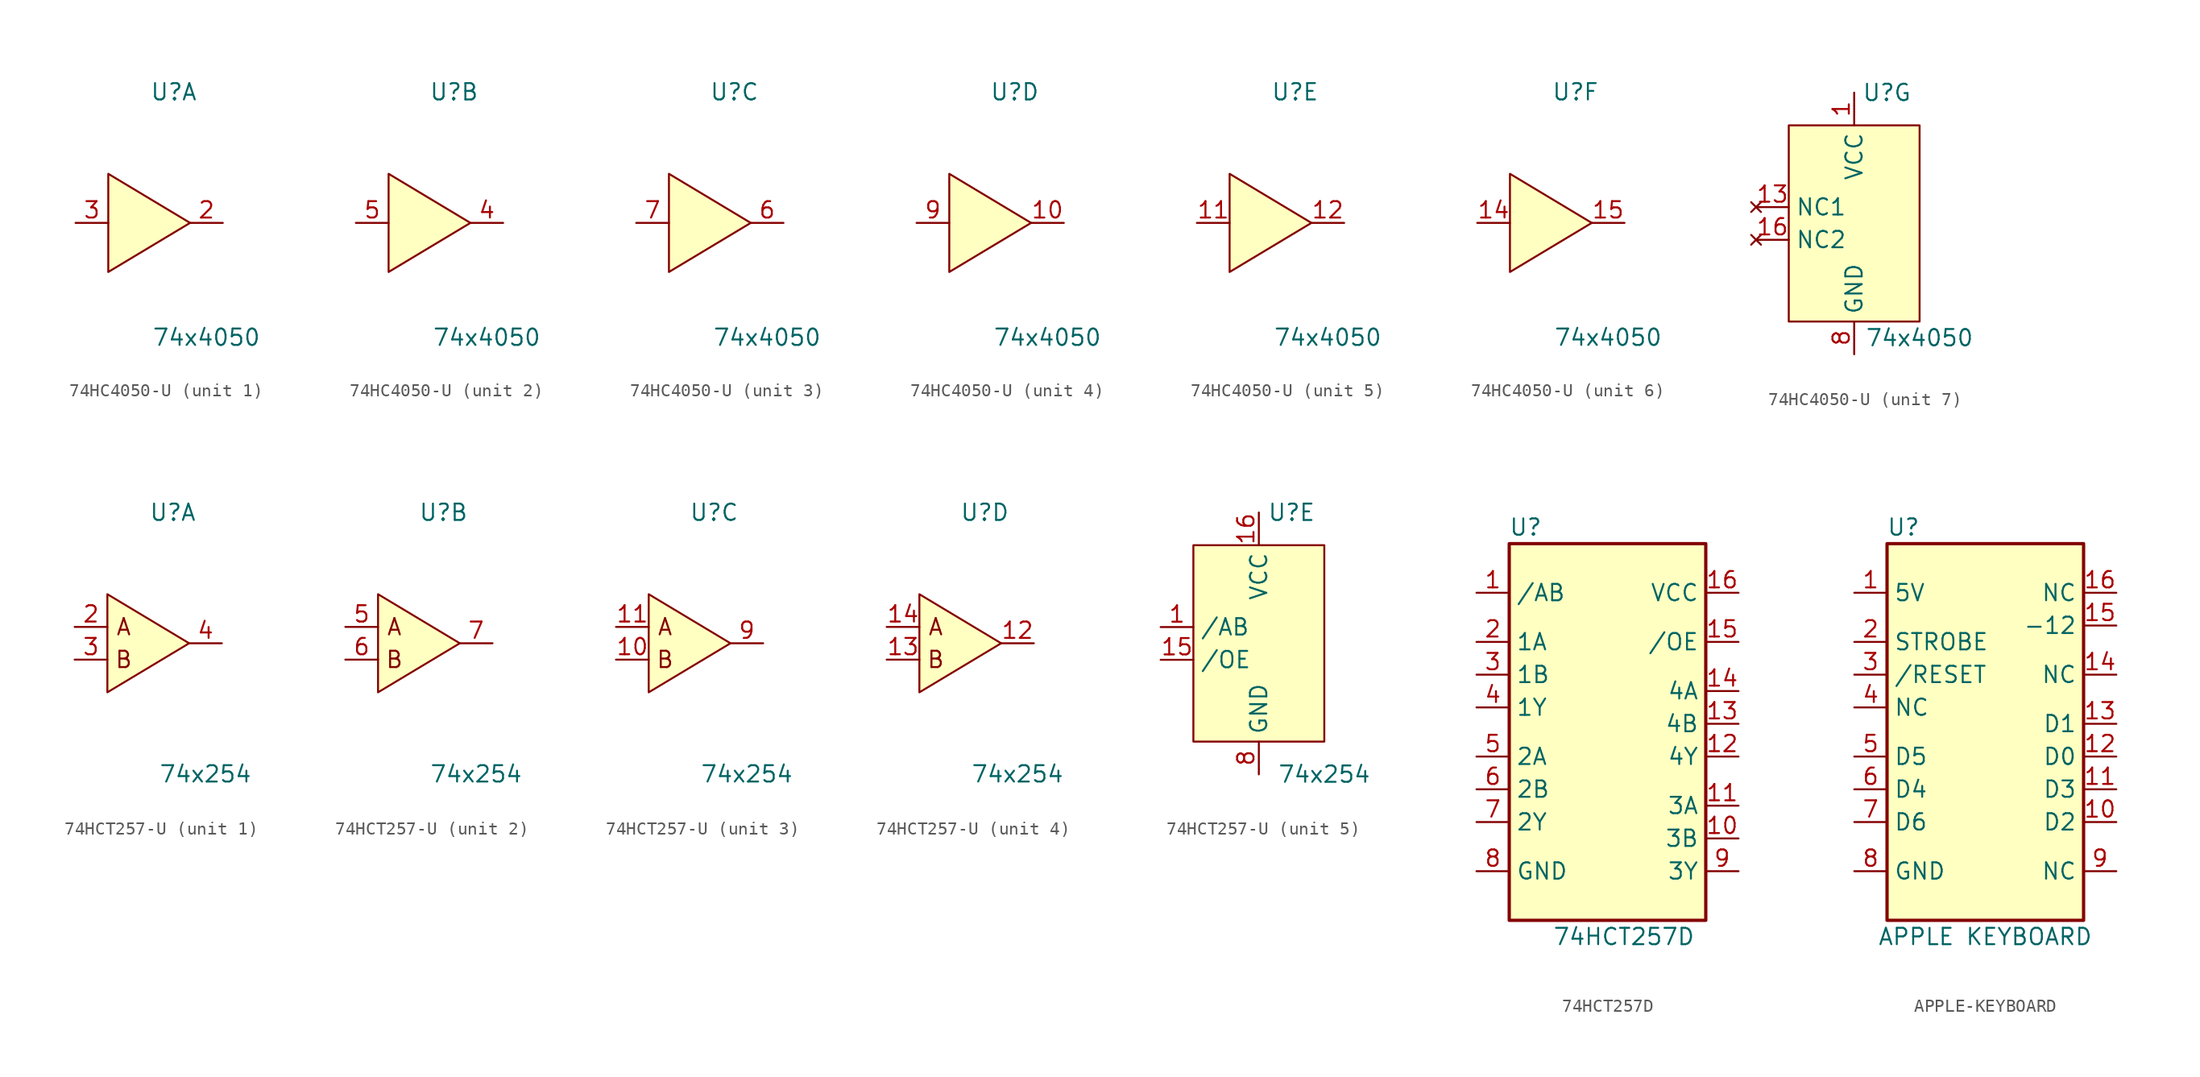
<source format=kicad_sym>
(kicad_symbol_lib
  (version 20220914)
  (generator kicad_symbol_editor)
  (symbol "74HC4050-U"
    (property "Reference" "U"
      (at 2.54 10.16 0)
      (effects (font (size 1.27 1.27))))
    (property "Value" "74x4050"
      (at 5.08 -8.89 0)
      (effects (font (size 1.27 1.27))))
    (property "ki_locked" ""
      (at 0 0 0)
      (effects (font (size 1.27 1.27))))
    (symbol "74HC4050-U_1_0"
      (pin output line (at 6.35 0 180) (length 2.54) (name "~" (effects (font (size 1.27 1.27)))) (number "2" (effects (font (size 1.27 1.27)))))
      (pin input line (at -5.08 0 0) (length 2.54) (name "~" (effects (font (size 1.27 1.27)))) (number "3" (effects (font (size 1.27 1.27))))))
    (symbol "74HC4050-U_1_1"
      (polyline (pts (xy -2.54 3.81) (xy -2.54 -3.81) (xy 3.81 0) (xy -2.54 3.81)) (stroke (width 0) (type default)) (fill (type background))))
    (symbol "74HC4050-U_2_0"
      (pin output line (at 6.35 0 180) (length 2.54) (name "~" (effects (font (size 1.27 1.27)))) (number "4" (effects (font (size 1.27 1.27)))))
      (pin input line (at -5.08 0 0) (length 2.54) (name "~" (effects (font (size 1.27 1.27)))) (number "5" (effects (font (size 1.27 1.27))))))
    (symbol "74HC4050-U_2_1"
      (polyline (pts (xy -2.54 3.81) (xy -2.54 -3.81) (xy 3.81 0) (xy -2.54 3.81)) (stroke (width 0) (type default)) (fill (type background))))
    (symbol "74HC4050-U_3_0"
      (pin output line (at 6.35 0 180) (length 2.54) (name "~" (effects (font (size 1.27 1.27)))) (number "6" (effects (font (size 1.27 1.27)))))
      (pin input line (at -5.08 0 0) (length 2.54) (name "~" (effects (font (size 1.27 1.27)))) (number "7" (effects (font (size 1.27 1.27))))))
    (symbol "74HC4050-U_3_1"
      (polyline (pts (xy -2.54 3.81) (xy -2.54 -3.81) (xy 3.81 0) (xy -2.54 3.81)) (stroke (width 0) (type default)) (fill (type background))))
    (symbol "74HC4050-U_4_0"
      (pin output line (at 6.35 0 180) (length 2.54) (name "~" (effects (font (size 1.27 1.27)))) (number "10" (effects (font (size 1.27 1.27)))))
      (pin input line (at -5.08 0 0) (length 2.54) (name "~" (effects (font (size 1.27 1.27)))) (number "9" (effects (font (size 1.27 1.27))))))
    (symbol "74HC4050-U_4_1"
      (polyline (pts (xy -2.54 3.81) (xy -2.54 -3.81) (xy 3.81 0) (xy -2.54 3.81)) (stroke (width 0) (type default)) (fill (type background))))
    (symbol "74HC4050-U_5_0"
      (pin input line (at -5.08 0 0) (length 2.54) (name "~" (effects (font (size 1.27 1.27)))) (number "11" (effects (font (size 1.27 1.27)))))
      (pin output line (at 6.35 0 180) (length 2.54) (name "~" (effects (font (size 1.27 1.27)))) (number "12" (effects (font (size 1.27 1.27))))))
    (symbol "74HC4050-U_5_1"
      (polyline (pts (xy -2.54 3.81) (xy -2.54 -3.81) (xy 3.81 0) (xy -2.54 3.81)) (stroke (width 0) (type default)) (fill (type background))))
    (symbol "74HC4050-U_6_0"
      (pin input line (at -5.08 0 0) (length 2.54) (name "~" (effects (font (size 1.27 1.27)))) (number "14" (effects (font (size 1.27 1.27)))))
      (pin output line (at 6.35 0 180) (length 2.54) (name "~" (effects (font (size 1.27 1.27)))) (number "15" (effects (font (size 1.27 1.27))))))
    (symbol "74HC4050-U_6_1"
      (polyline (pts (xy -2.54 3.81) (xy -2.54 -3.81) (xy 3.81 0) (xy -2.54 3.81)) (stroke (width 0) (type default)) (fill (type background))))
    (symbol "74HC4050-U_7_0"
      (pin power_in line (at 0 10.16 270) (length 2.54) (name "VCC" (effects (font (size 1.27 1.27)))) (number "1" (effects (font (size 1.27 1.27)))))
      (pin no_connect line (at -7.62 1.27 0) (length 2.54) (name "NC1" (effects (font (size 1.27 1.27)))) (number "13" (effects (font (size 1.27 1.27)))))
      (pin no_connect line (at -7.62 -1.27 0) (length 2.54) (name "NC2" (effects (font (size 1.27 1.27)))) (number "16" (effects (font (size 1.27 1.27)))))
      (pin power_in line (at 0 -10.16 90) (length 2.54) (name "GND" (effects (font (size 1.27 1.27)))) (number "8" (effects (font (size 1.27 1.27))))))
    (symbol "74HC4050-U_7_1"
      (rectangle (start -5.08 7.62) (end 5.08 -7.62) (stroke (width 0) (type default)) (fill (type background)))))
  (symbol "74HCT257-U"
    (property "Reference" "U"
      (at 2.54 10.16 0)
      (effects (font (size 1.27 1.27))))
    (property "Value" "74x254"
      (at 5.08 -10.16 0)
      (effects (font (size 1.27 1.27))))
    (property "ki_locked" ""
      (at 0 0 0)
      (effects (font (size 1.27 1.27))))
    (symbol "74HCT257-U_1_0"
      (pin input line (at -5.08 1.27 0) (length 2.54) (name "~" (effects (font (size 1.27 1.27)))) (number "2" (effects (font (size 1.27 1.27)))))
      (pin input line (at -5.08 -1.27 0) (length 2.54) (name "~" (effects (font (size 1.27 1.27)))) (number "3" (effects (font (size 1.27 1.27)))))
      (pin output line (at 6.35 0 180) (length 2.54) (name "~" (effects (font (size 1.27 1.27)))) (number "4" (effects (font (size 1.27 1.27))))))
    (symbol "74HCT257-U_1_1"
      (polyline (pts (xy -2.54 3.81) (xy -2.54 -3.81) (xy 3.81 0) (xy -2.54 3.81)) (stroke (width 0) (type default)) (fill (type background)))
      (text "A" (at -1.27 1.27 0) (effects (font (size 1.27 1.27))))
      (text "B" (at -1.27 -1.27 0) (effects (font (size 1.27 1.27)))))
    (symbol "74HCT257-U_2_0"
      (pin input line (at -5.08 1.27 0) (length 2.54) (name "~" (effects (font (size 1.27 1.27)))) (number "5" (effects (font (size 1.27 1.27)))))
      (pin input line (at -5.08 -1.27 0) (length 2.54) (name "~" (effects (font (size 1.27 1.27)))) (number "6" (effects (font (size 1.27 1.27)))))
      (pin output line (at 6.35 0 180) (length 2.54) (name "~" (effects (font (size 1.27 1.27)))) (number "7" (effects (font (size 1.27 1.27))))))
    (symbol "74HCT257-U_2_1"
      (polyline (pts (xy -2.54 3.81) (xy -2.54 -3.81) (xy 3.81 0) (xy -2.54 3.81)) (stroke (width 0) (type default)) (fill (type background)))
      (text "A" (at -1.27 1.27 0) (effects (font (size 1.27 1.27))))
      (text "B" (at -1.27 -1.27 0) (effects (font (size 1.27 1.27)))))
    (symbol "74HCT257-U_3_0"
      (pin input line (at -5.08 -1.27 0) (length 2.54) (name "~" (effects (font (size 1.27 1.27)))) (number "10" (effects (font (size 1.27 1.27)))))
      (pin input line (at -5.08 1.27 0) (length 2.54) (name "~" (effects (font (size 1.27 1.27)))) (number "11" (effects (font (size 1.27 1.27)))))
      (pin output line (at 6.35 0 180) (length 2.54) (name "~" (effects (font (size 1.27 1.27)))) (number "9" (effects (font (size 1.27 1.27))))))
    (symbol "74HCT257-U_3_1"
      (polyline (pts (xy -2.54 3.81) (xy -2.54 -3.81) (xy 3.81 0) (xy -2.54 3.81)) (stroke (width 0) (type default)) (fill (type background)))
      (text "A" (at -1.27 1.27 0) (effects (font (size 1.27 1.27))))
      (text "B" (at -1.27 -1.27 0) (effects (font (size 1.27 1.27)))))
    (symbol "74HCT257-U_4_0"
      (pin output line (at 6.35 0 180) (length 2.54) (name "~" (effects (font (size 1.27 1.27)))) (number "12" (effects (font (size 1.27 1.27)))))
      (pin input line (at -5.08 -1.27 0) (length 2.54) (name "~" (effects (font (size 1.27 1.27)))) (number "13" (effects (font (size 1.27 1.27)))))
      (pin input line (at -5.08 1.27 0) (length 2.54) (name "~" (effects (font (size 1.27 1.27)))) (number "14" (effects (font (size 1.27 1.27))))))
    (symbol "74HCT257-U_4_1"
      (polyline (pts (xy -2.54 3.81) (xy -2.54 -3.81) (xy 3.81 0) (xy -2.54 3.81)) (stroke (width 0) (type default)) (fill (type background)))
      (text "A" (at -1.27 1.27 0) (effects (font (size 1.27 1.27))))
      (text "B" (at -1.27 -1.27 0) (effects (font (size 1.27 1.27)))))
    (symbol "74HCT257-U_5_0"
      (pin unspecified line (at -7.62 1.27 0) (length 2.54) (name "/AB" (effects (font (size 1.27 1.27)))) (number "1" (effects (font (size 1.27 1.27)))))
      (pin input line (at -7.62 -1.27 0) (length 2.54) (name "/OE" (effects (font (size 1.27 1.27)))) (number "15" (effects (font (size 1.27 1.27)))))
      (pin power_out line (at 0 10.16 270) (length 2.54) (name "VCC" (effects (font (size 1.27 1.27)))) (number "16" (effects (font (size 1.27 1.27)))))
      (pin power_in line (at 0 -10.16 90) (length 2.54) (name "GND" (effects (font (size 1.27 1.27)))) (number "8" (effects (font (size 1.27 1.27))))))
    (symbol "74HCT257-U_5_1"
      (rectangle (start -5.08 7.62) (end 5.08 -7.62) (stroke (width 0) (type default)) (fill (type background)))))
  (symbol "74HCT257D"
    (property "Reference" "U"
      (at -6.35 15.24 0)
      (effects (font (size 1.27 1.27))))
    (property "Value" "74HCT257D"
      (at 1.27 -16.51 0)
      (effects (font (size 1.27 1.27))))
    (symbol "74HCT257D_0_0"
      (rectangle (start -7.62 13.97) (end 7.62 -15.24) (stroke (width 0.254) (type default)) (fill (type background))))
    (symbol "74HCT257D_1_1"
      (pin input line (at -10.16 10.16 0) (length 2.54) (name "/AB" (effects (font (size 1.27 1.27)))) (number "1" (effects (font (size 1.27 1.27)))))
      (pin input line (at 10.16 -8.89 180) (length 2.54) (name "3B" (effects (font (size 1.27 1.27)))) (number "10" (effects (font (size 1.27 1.27)))))
      (pin input line (at 10.16 -6.35 180) (length 2.54) (name "3A" (effects (font (size 1.27 1.27)))) (number "11" (effects (font (size 1.27 1.27)))))
      (pin output line (at 10.16 -2.54 180) (length 2.54) (name "4Y" (effects (font (size 1.27 1.27)))) (number "12" (effects (font (size 1.27 1.27)))))
      (pin input line (at 10.16 0 180) (length 2.54) (name "4B" (effects (font (size 1.27 1.27)))) (number "13" (effects (font (size 1.27 1.27)))))
      (pin input line (at 10.16 2.54 180) (length 2.54) (name "4A" (effects (font (size 1.27 1.27)))) (number "14" (effects (font (size 1.27 1.27)))))
      (pin input line (at 10.16 6.35 180) (length 2.54) (name "/OE" (effects (font (size 1.27 1.27)))) (number "15" (effects (font (size 1.27 1.27)))))
      (pin power_in line (at 10.16 10.16 180) (length 2.54) (name "VCC" (effects (font (size 1.27 1.27)))) (number "16" (effects (font (size 1.27 1.27)))))
      (pin input line (at -10.16 6.35 0) (length 2.54) (name "1A" (effects (font (size 1.27 1.27)))) (number "2" (effects (font (size 1.27 1.27)))))
      (pin input line (at -10.16 3.81 0) (length 2.54) (name "1B" (effects (font (size 1.27 1.27)))) (number "3" (effects (font (size 1.27 1.27)))))
      (pin output line (at -10.16 1.27 0) (length 2.54) (name "1Y" (effects (font (size 1.27 1.27)))) (number "4" (effects (font (size 1.27 1.27)))))
      (pin input line (at -10.16 -2.54 0) (length 2.54) (name "2A" (effects (font (size 1.27 1.27)))) (number "5" (effects (font (size 1.27 1.27)))))
      (pin input line (at -10.16 -5.08 0) (length 2.54) (name "2B" (effects (font (size 1.27 1.27)))) (number "6" (effects (font (size 1.27 1.27)))))
      (pin output line (at -10.16 -7.62 0) (length 2.54) (name "2Y" (effects (font (size 1.27 1.27)))) (number "7" (effects (font (size 1.27 1.27)))))
      (pin power_in line (at -10.16 -11.43 0) (length 2.54) (name "GND" (effects (font (size 1.27 1.27)))) (number "8" (effects (font (size 1.27 1.27)))))
      (pin output line (at 10.16 -11.43 180) (length 2.54) (name "3Y" (effects (font (size 1.27 1.27)))) (number "9" (effects (font (size 1.27 1.27)))))))
  (symbol "APPLE-KEYBOARD"
    (property "Reference" "U"
      (at -6.35 15.24 0)
      (effects (font (size 1.27 1.27))))
    (property "Value" "APPLE KEYBOARD"
      (at 0 -16.51 0)
      (effects (font (size 1.27 1.27))))
    (symbol "APPLE-KEYBOARD_0_0"
      (rectangle (start -7.62 13.97) (end 7.62 -15.24) (stroke (width 0.254) (type default)) (fill (type background))))
    (symbol "APPLE-KEYBOARD_1_1"
      (pin power_out line (at -10.16 10.16 0) (length 2.54) (name "5V" (effects (font (size 1.27 1.27)))) (number "1" (effects (font (size 1.27 1.27)))))
      (pin input line (at 10.16 -7.62 180) (length 2.54) (name "D2" (effects (font (size 1.27 1.27)))) (number "10" (effects (font (size 1.27 1.27)))))
      (pin input line (at 10.16 -5.08 180) (length 2.54) (name "D3" (effects (font (size 1.27 1.27)))) (number "11" (effects (font (size 1.27 1.27)))))
      (pin output line (at 10.16 -2.54 180) (length 2.54) (name "D0" (effects (font (size 1.27 1.27)))) (number "12" (effects (font (size 1.27 1.27)))))
      (pin input line (at 10.16 0 180) (length 2.54) (name "D1" (effects (font (size 1.27 1.27)))) (number "13" (effects (font (size 1.27 1.27)))))
      (pin free line (at 10.16 3.81 180) (length 2.54) (name "NC" (effects (font (size 1.27 1.27)))) (number "14" (effects (font (size 1.27 1.27)))))
      (pin power_out line (at 10.16 7.62 180) (length 2.54) (name "-12" (effects (font (size 1.27 1.27)))) (number "15" (effects (font (size 1.27 1.27)))))
      (pin free line (at 10.16 10.16 180) (length 2.54) (name "NC" (effects (font (size 1.27 1.27)))) (number "16" (effects (font (size 1.27 1.27)))))
      (pin input line (at -10.16 6.35 0) (length 2.54) (name "STROBE" (effects (font (size 1.27 1.27)))) (number "2" (effects (font (size 1.27 1.27)))))
      (pin input line (at -10.16 3.81 0) (length 2.54) (name "/RESET" (effects (font (size 1.27 1.27)))) (number "3" (effects (font (size 1.27 1.27)))))
      (pin free line (at -10.16 1.27 0) (length 2.54) (name "NC" (effects (font (size 1.27 1.27)))) (number "4" (effects (font (size 1.27 1.27)))))
      (pin input line (at -10.16 -2.54 0) (length 2.54) (name "D5" (effects (font (size 1.27 1.27)))) (number "5" (effects (font (size 1.27 1.27)))))
      (pin input line (at -10.16 -5.08 0) (length 2.54) (name "D4" (effects (font (size 1.27 1.27)))) (number "6" (effects (font (size 1.27 1.27)))))
      (pin input line (at -10.16 -7.62 0) (length 2.54) (name "D6" (effects (font (size 1.27 1.27)))) (number "7" (effects (font (size 1.27 1.27)))))
      (pin power_in line (at -10.16 -11.43 0) (length 2.54) (name "GND" (effects (font (size 1.27 1.27)))) (number "8" (effects (font (size 1.27 1.27)))))
      (pin free line (at 10.16 -11.43 180) (length 2.54) (name "NC" (effects (font (size 1.27 1.27)))) (number "9" (effects (font (size 1.27 1.27))))))))
</source>
